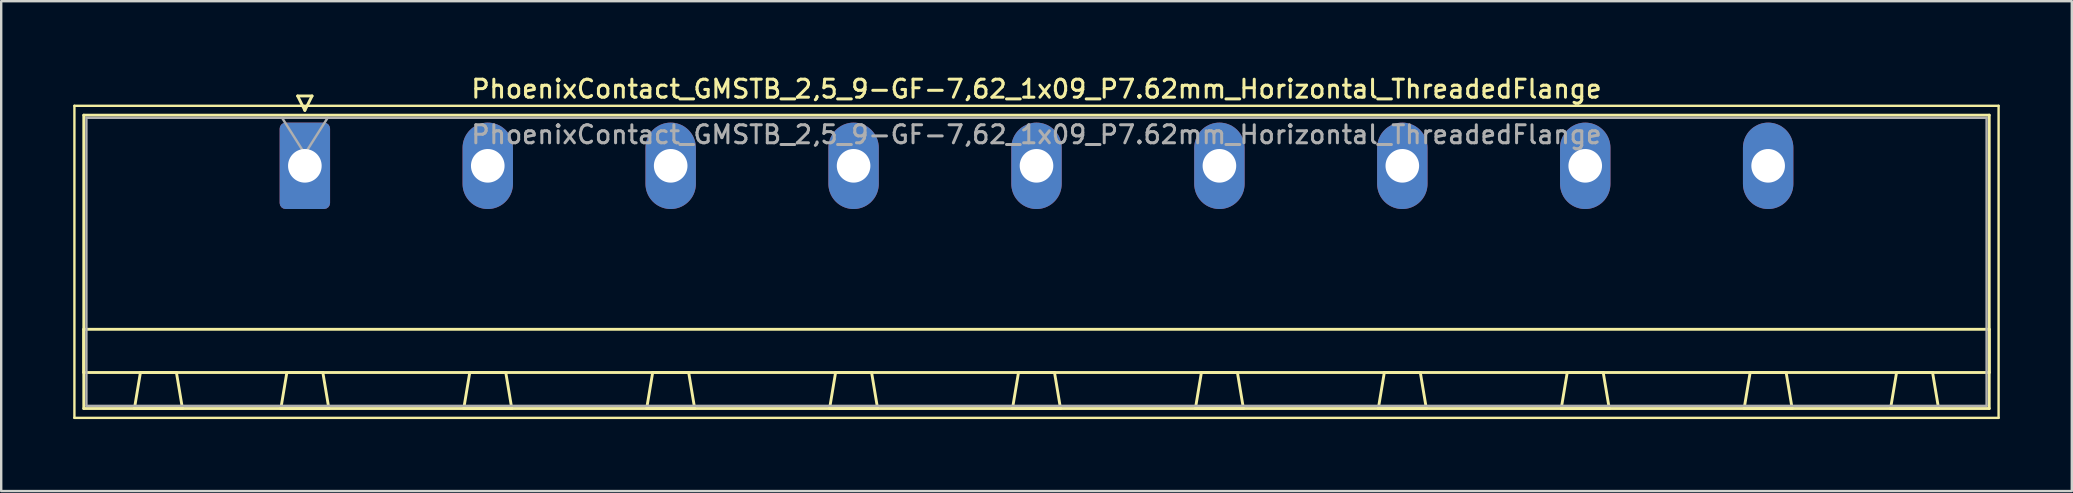
<source format=kicad_pcb>
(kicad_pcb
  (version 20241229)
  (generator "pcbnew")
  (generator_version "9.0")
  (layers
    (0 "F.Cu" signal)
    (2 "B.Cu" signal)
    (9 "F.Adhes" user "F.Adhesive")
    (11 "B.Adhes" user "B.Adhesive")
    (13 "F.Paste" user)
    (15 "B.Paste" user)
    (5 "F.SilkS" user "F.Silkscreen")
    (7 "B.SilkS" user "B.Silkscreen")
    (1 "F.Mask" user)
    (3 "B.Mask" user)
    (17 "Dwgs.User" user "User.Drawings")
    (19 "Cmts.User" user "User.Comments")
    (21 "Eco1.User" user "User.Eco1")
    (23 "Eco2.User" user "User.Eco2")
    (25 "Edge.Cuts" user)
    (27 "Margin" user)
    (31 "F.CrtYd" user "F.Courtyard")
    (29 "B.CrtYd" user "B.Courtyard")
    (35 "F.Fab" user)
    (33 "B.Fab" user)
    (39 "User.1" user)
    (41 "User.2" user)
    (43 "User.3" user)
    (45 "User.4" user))
  (footprint "PhoenixContact_GMSTB_2,5_9-GF-7,62_1x09_P7.62mm_Horizontal_ThreadedFlange"
    (layer "F.Cu")
    (at 9.65 3.858)
    (property "Reference" "PhoenixContact_GMSTB_2,5_9-GF-7,62_1x09_P7.62mm_Horizontal_ThreadedFlange" (at 30.48 -3.2 0) (layer "F.SilkS") (effects (font (size 0.75 0.75) (thickness 0.125))))
    (attr through_hole)
    (fp_line (start -9.6 -2.5) (end -9.6 10.5) (stroke (width 0.1) (type solid)) (layer "F.SilkS"))
    (fp_line (start -9.6 10.5) (end 70.56 10.5) (stroke (width 0.1) (type solid)) (layer "F.SilkS"))
    (fp_line (start -9.21 -2.11) (end -9.21 10.11) (stroke (width 0.12) (type solid)) (layer "F.SilkS"))
    (fp_line (start -9.21 6.81) (end 70.17 6.81) (stroke (width 0.12) (type solid)) (layer "F.SilkS"))
    (fp_line (start -9.21 8.61) (end -9.21 6.81) (stroke (width 0.12) (type solid)) (layer "F.SilkS"))
    (fp_line (start -9.21 10.11) (end 70.17 10.11) (stroke (width 0.12) (type solid)) (layer "F.SilkS"))
    (fp_line (start -7.1 10.11) (end -5.1 10.11) (stroke (width 0.12) (type solid)) (layer "F.SilkS"))
    (fp_line (start -6.85 8.61) (end -7.1 10.11) (stroke (width 0.12) (type solid)) (layer "F.SilkS"))
    (fp_line (start -5.35 8.61) (end -6.85 8.61) (stroke (width 0.12) (type solid)) (layer "F.SilkS"))
    (fp_line (start -5.1 10.11) (end -5.35 8.61) (stroke (width 0.12) (type solid)) (layer "F.SilkS"))
    (fp_line (start -1 10.11) (end 1 10.11) (stroke (width 0.12) (type solid)) (layer "F.SilkS"))
    (fp_line (start -0.75 8.61) (end -1 10.11) (stroke (width 0.12) (type solid)) (layer "F.SilkS"))
    (fp_line (start -0.3 -2.91) (end 0.3 -2.91) (stroke (width 0.12) (type solid)) (layer "F.SilkS"))
    (fp_line (start 0 -2.31) (end -0.3 -2.91) (stroke (width 0.12) (type solid)) (layer "F.SilkS"))
    (fp_line (start 0.3 -2.91) (end 0 -2.31) (stroke (width 0.12) (type solid)) (layer "F.SilkS"))
    (fp_line (start 0.75 8.61) (end -0.75 8.61) (stroke (width 0.12) (type solid)) (layer "F.SilkS"))
    (fp_line (start 1 10.11) (end 0.75 8.61) (stroke (width 0.12) (type solid)) (layer "F.SilkS"))
    (fp_line (start 6.62 10.11) (end 8.62 10.11) (stroke (width 0.12) (type solid)) (layer "F.SilkS"))
    (fp_line (start 6.87 8.61) (end 6.62 10.11) (stroke (width 0.12) (type solid)) (layer "F.SilkS"))
    (fp_line (start 8.37 8.61) (end 6.87 8.61) (stroke (width 0.12) (type solid)) (layer "F.SilkS"))
    (fp_line (start 8.62 10.11) (end 8.37 8.61) (stroke (width 0.12) (type solid)) (layer "F.SilkS"))
    (fp_line (start 14.24 10.11) (end 16.24 10.11) (stroke (width 0.12) (type solid)) (layer "F.SilkS"))
    (fp_line (start 14.49 8.61) (end 14.24 10.11) (stroke (width 0.12) (type solid)) (layer "F.SilkS"))
    (fp_line (start 15.99 8.61) (end 14.49 8.61) (stroke (width 0.12) (type solid)) (layer "F.SilkS"))
    (fp_line (start 16.24 10.11) (end 15.99 8.61) (stroke (width 0.12) (type solid)) (layer "F.SilkS"))
    (fp_line (start 21.86 10.11) (end 23.86 10.11) (stroke (width 0.12) (type solid)) (layer "F.SilkS"))
    (fp_line (start 22.11 8.61) (end 21.86 10.11) (stroke (width 0.12) (type solid)) (layer "F.SilkS"))
    (fp_line (start 23.61 8.61) (end 22.11 8.61) (stroke (width 0.12) (type solid)) (layer "F.SilkS"))
    (fp_line (start 23.86 10.11) (end 23.61 8.61) (stroke (width 0.12) (type solid)) (layer "F.SilkS"))
    (fp_line (start 29.48 10.11) (end 31.48 10.11) (stroke (width 0.12) (type solid)) (layer "F.SilkS"))
    (fp_line (start 29.73 8.61) (end 29.48 10.11) (stroke (width 0.12) (type solid)) (layer "F.SilkS"))
    (fp_line (start 31.23 8.61) (end 29.73 8.61) (stroke (width 0.12) (type solid)) (layer "F.SilkS"))
    (fp_line (start 31.48 10.11) (end 31.23 8.61) (stroke (width 0.12) (type solid)) (layer "F.SilkS"))
    (fp_line (start 37.1 10.11) (end 39.1 10.11) (stroke (width 0.12) (type solid)) (layer "F.SilkS"))
    (fp_line (start 37.35 8.61) (end 37.1 10.11) (stroke (width 0.12) (type solid)) (layer "F.SilkS"))
    (fp_line (start 38.85 8.61) (end 37.35 8.61) (stroke (width 0.12) (type solid)) (layer "F.SilkS"))
    (fp_line (start 39.1 10.11) (end 38.85 8.61) (stroke (width 0.12) (type solid)) (layer "F.SilkS"))
    (fp_line (start 44.72 10.11) (end 46.72 10.11) (stroke (width 0.12) (type solid)) (layer "F.SilkS"))
    (fp_line (start 44.97 8.61) (end 44.72 10.11) (stroke (width 0.12) (type solid)) (layer "F.SilkS"))
    (fp_line (start 46.47 8.61) (end 44.97 8.61) (stroke (width 0.12) (type solid)) (layer "F.SilkS"))
    (fp_line (start 46.72 10.11) (end 46.47 8.61) (stroke (width 0.12) (type solid)) (layer "F.SilkS"))
    (fp_line (start 52.34 10.11) (end 54.34 10.11) (stroke (width 0.12) (type solid)) (layer "F.SilkS"))
    (fp_line (start 52.59 8.61) (end 52.34 10.11) (stroke (width 0.12) (type solid)) (layer "F.SilkS"))
    (fp_line (start 54.09 8.61) (end 52.59 8.61) (stroke (width 0.12) (type solid)) (layer "F.SilkS"))
    (fp_line (start 54.34 10.11) (end 54.09 8.61) (stroke (width 0.12) (type solid)) (layer "F.SilkS"))
    (fp_line (start 59.96 10.11) (end 61.96 10.11) (stroke (width 0.12) (type solid)) (layer "F.SilkS"))
    (fp_line (start 60.21 8.61) (end 59.96 10.11) (stroke (width 0.12) (type solid)) (layer "F.SilkS"))
    (fp_line (start 61.71 8.61) (end 60.21 8.61) (stroke (width 0.12) (type solid)) (layer "F.SilkS"))
    (fp_line (start 61.96 10.11) (end 61.71 8.61) (stroke (width 0.12) (type solid)) (layer "F.SilkS"))
    (fp_line (start 66.06 10.11) (end 68.06 10.11) (stroke (width 0.12) (type solid)) (layer "F.SilkS"))
    (fp_line (start 66.31 8.61) (end 66.06 10.11) (stroke (width 0.12) (type solid)) (layer "F.SilkS"))
    (fp_line (start 67.81 8.61) (end 66.31 8.61) (stroke (width 0.12) (type solid)) (layer "F.SilkS"))
    (fp_line (start 68.06 10.11) (end 67.81 8.61) (stroke (width 0.12) (type solid)) (layer "F.SilkS"))
    (fp_line (start 70.17 -2.11) (end -9.21 -2.11) (stroke (width 0.12) (type solid)) (layer "F.SilkS"))
    (fp_line (start 70.17 6.81) (end 70.17 8.61) (stroke (width 0.12) (type solid)) (layer "F.SilkS"))
    (fp_line (start 70.17 8.61) (end -9.21 8.61) (stroke (width 0.12) (type solid)) (layer "F.SilkS"))
    (fp_line (start 70.17 10.11) (end 70.17 -2.11) (stroke (width 0.12) (type solid)) (layer "F.SilkS"))
    (fp_line (start 70.56 -2.5) (end -9.6 -2.5) (stroke (width 0.1) (type solid)) (layer "F.SilkS"))
    (fp_line (start 70.56 10.5) (end 70.56 -2.5) (stroke (width 0.1) (type solid)) (layer "F.SilkS"))
    (fp_line (start -9.1 -2) (end -9.1 10) (stroke (width 0.1) (type solid)) (layer "F.Fab"))
    (fp_line (start -9.1 10) (end 70.06 10) (stroke (width 0.1) (type solid)) (layer "F.Fab"))
    (fp_line (start 0 -0.5) (end -0.95 -2) (stroke (width 0.1) (type solid)) (layer "F.Fab"))
    (fp_line (start 0.95 -2) (end 0 -0.5) (stroke (width 0.1) (type solid)) (layer "F.Fab"))
    (fp_line (start 70.06 -2) (end -9.1 -2) (stroke (width 0.1) (type solid)) (layer "F.Fab"))
    (fp_line (start 70.06 10) (end 70.06 -2) (stroke (width 0.1) (type solid)) (layer "F.Fab"))
    (fp_text user "${REFERENCE}" (at 30.48 -1.3 0) (layer "F.Fab") (effects (font (size 0.75 0.75) (thickness 0.125))))
    (pad "1" thru_hole roundrect (at 0 0) (size 2.1 3.6) (drill 1.4) (layers "*.Cu" "*.Mask") (roundrect_rratio 0.119))
    (pad "2" thru_hole oval (at 7.62 0) (size 2.1 3.6) (drill 1.4) (layers "*.Cu" "*.Mask"))
    (pad "3" thru_hole oval (at 15.24 0) (size 2.1 3.6) (drill 1.4) (layers "*.Cu" "*.Mask"))
    (pad "4" thru_hole oval (at 22.86 0) (size 2.1 3.6) (drill 1.4) (layers "*.Cu" "*.Mask"))
    (pad "5" thru_hole oval (at 30.48 0) (size 2.1 3.6) (drill 1.4) (layers "*.Cu" "*.Mask"))
    (pad "6" thru_hole oval (at 38.1 0) (size 2.1 3.6) (drill 1.4) (layers "*.Cu" "*.Mask"))
    (pad "7" thru_hole oval (at 45.72 0) (size 2.1 3.6) (drill 1.4) (layers "*.Cu" "*.Mask"))
    (pad "8" thru_hole oval (at 53.34 0) (size 2.1 3.6) (drill 1.4) (layers "*.Cu" "*.Mask"))
    (pad "9" thru_hole oval (at 60.96 0) (size 2.1 3.6) (drill 1.4) (layers "*.Cu" "*.Mask")))
  (gr_rect
    (start -3 -3)
    (end 83.26 17.408)
    (stroke (width 0.1) (type default))
    (fill no)
    (layer "Edge.Cuts")))
</source>
